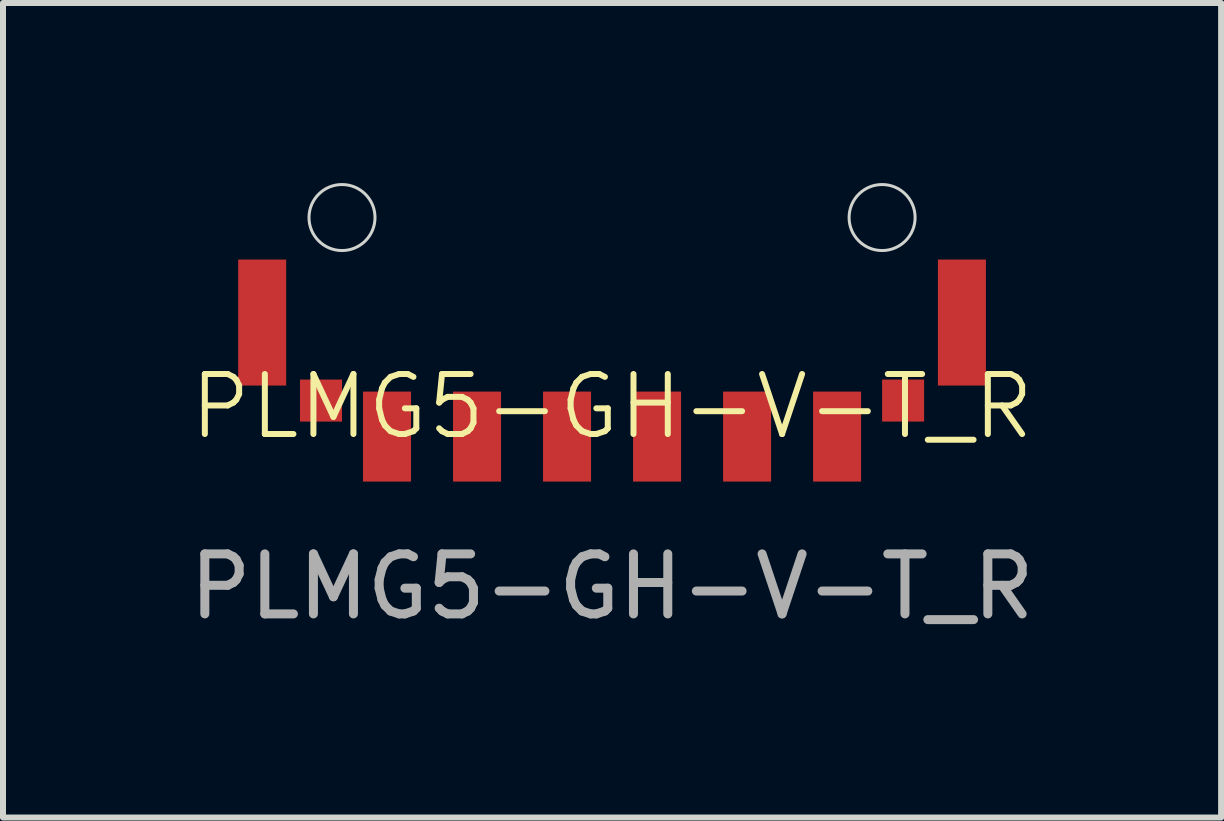
<source format=kicad_pcb>
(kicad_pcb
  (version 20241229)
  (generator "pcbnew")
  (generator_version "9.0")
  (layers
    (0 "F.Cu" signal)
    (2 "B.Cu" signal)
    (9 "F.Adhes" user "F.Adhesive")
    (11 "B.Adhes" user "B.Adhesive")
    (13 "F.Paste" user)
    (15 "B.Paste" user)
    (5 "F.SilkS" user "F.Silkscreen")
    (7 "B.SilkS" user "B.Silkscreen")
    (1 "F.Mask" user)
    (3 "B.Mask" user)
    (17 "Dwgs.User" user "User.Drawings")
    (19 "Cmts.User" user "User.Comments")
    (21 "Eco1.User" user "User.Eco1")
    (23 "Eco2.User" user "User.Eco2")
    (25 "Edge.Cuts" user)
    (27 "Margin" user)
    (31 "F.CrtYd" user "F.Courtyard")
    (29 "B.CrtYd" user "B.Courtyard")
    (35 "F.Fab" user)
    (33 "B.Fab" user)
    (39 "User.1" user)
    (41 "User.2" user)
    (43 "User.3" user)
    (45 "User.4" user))
  (footprint "PLMG5-GH-V-T_R"
    (layer "F.Cu")
    (at 7.149 4.225)
    (property "Reference" "PLMG5-GH-V-T_R" (at 0 -0.5 0) (unlocked yes) (layer "F.SilkS") (effects (font (size 1 1) (thickness 0.1))))
    (attr smd)
    (fp_circle (center -4.5 -3.65) (end -3.95 -3.65) (stroke (width 0.05) (type default)) (fill no) (layer "Edge.Cuts"))
    (fp_circle (center 4.5 -3.65) (end 5.05 -3.65) (stroke (width 0.05) (type default)) (fill no) (layer "Edge.Cuts"))
    (fp_text user "${REFERENCE}" (at 0 2.5 0) (unlocked yes) (layer "F.Fab") (effects (font (size 1 1) (thickness 0.15))))
    (pad "" smd rect (at -5.83 -1.9) (size 0.8 2.1) (layers "F.Cu" "F.Mask" "F.Paste"))
    (pad "" smd rect (at -4.85 -0.6) (size 0.7 0.7) (layers "F.Cu" "F.Mask" "F.Paste"))
    (pad "" smd rect (at 4.85 -0.6) (size 0.7 0.7) (layers "F.Cu" "F.Mask" "F.Paste"))
    (pad "" smd rect (at 5.83 -1.9) (size 0.8 2.1) (layers "F.Cu" "F.Mask" "F.Paste"))
    (pad "1" smd rect (at -3.75 0) (size 0.8 1.5) (layers "F.Cu" "F.Mask" "F.Paste"))
    (pad "2" smd rect (at -2.25 0) (size 0.8 1.5) (layers "F.Cu" "F.Mask" "F.Paste"))
    (pad "3" smd rect (at 2.25 0) (size 0.8 1.5) (layers "F.Cu" "F.Mask" "F.Paste"))
    (pad "4" smd rect (at 3.75 0) (size 0.8 1.5) (layers "F.Cu" "F.Mask" "F.Paste"))
    (pad "C" smd rect (at 0.75 0) (size 0.8 1.5) (layers "F.Cu" "F.Mask" "F.Paste"))
    (pad "T" smd rect (at -0.75 0) (size 0.8 1.5) (layers "F.Cu" "F.Mask" "F.Paste")))
  (gr_rect
    (start -3 -3)
    (end 17.298 10.573)
    (stroke (width 0.1) (type default))
    (fill no)
    (layer "Edge.Cuts")))
</source>
